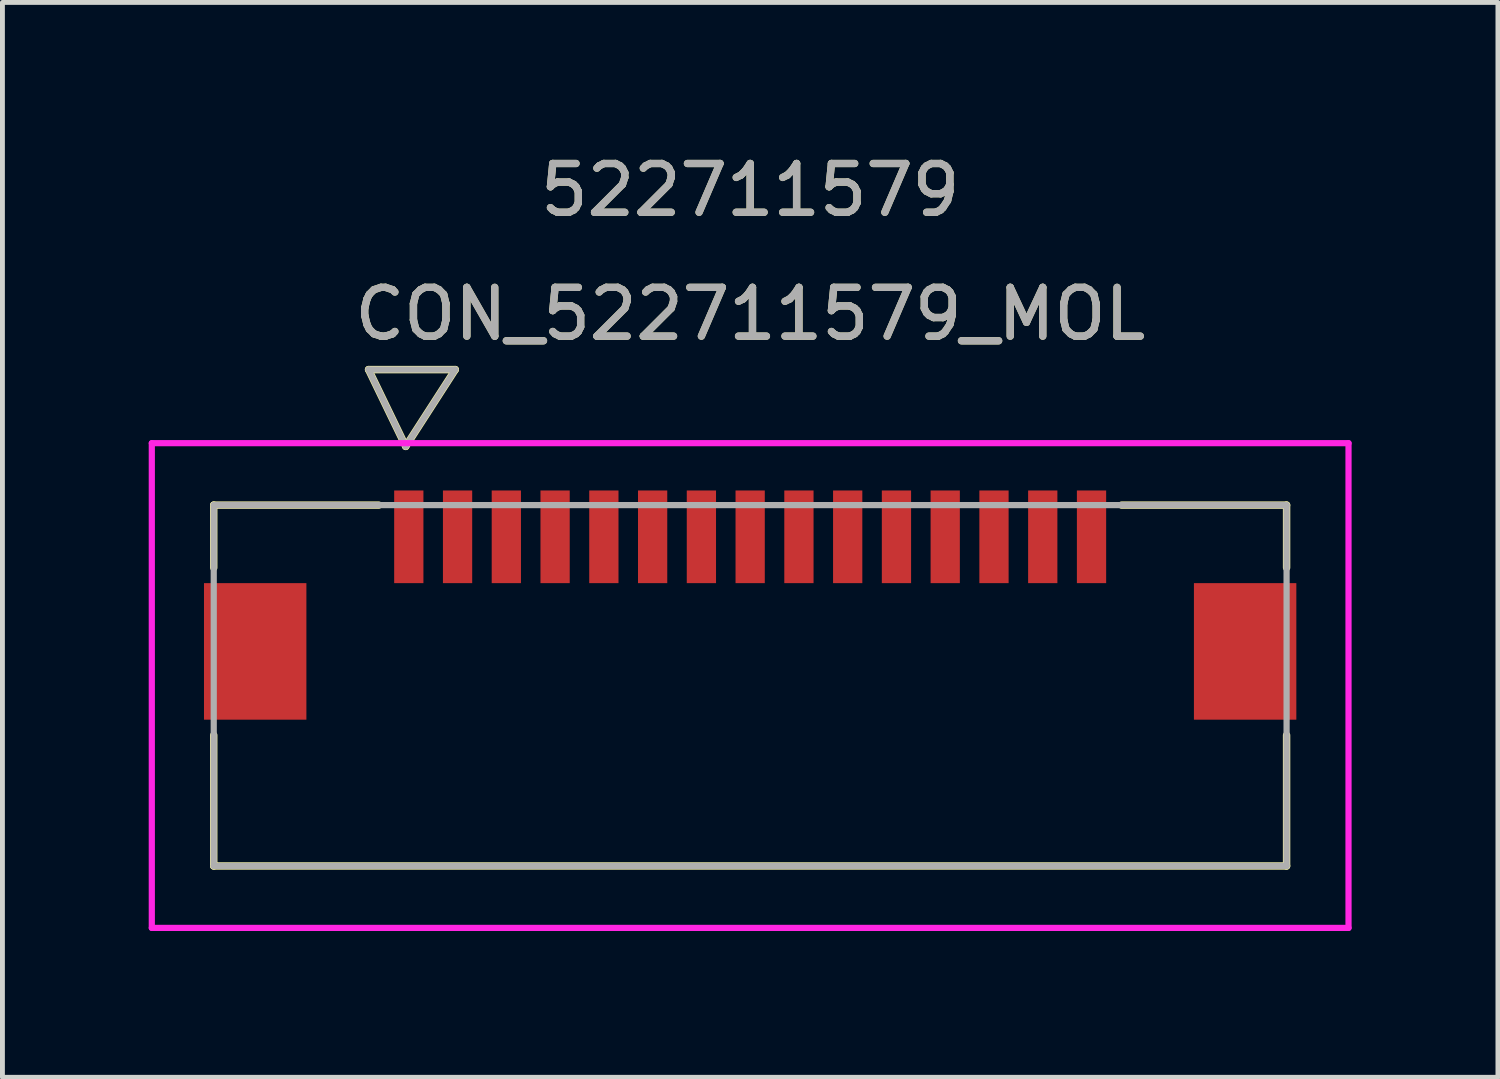
<source format=kicad_pcb>
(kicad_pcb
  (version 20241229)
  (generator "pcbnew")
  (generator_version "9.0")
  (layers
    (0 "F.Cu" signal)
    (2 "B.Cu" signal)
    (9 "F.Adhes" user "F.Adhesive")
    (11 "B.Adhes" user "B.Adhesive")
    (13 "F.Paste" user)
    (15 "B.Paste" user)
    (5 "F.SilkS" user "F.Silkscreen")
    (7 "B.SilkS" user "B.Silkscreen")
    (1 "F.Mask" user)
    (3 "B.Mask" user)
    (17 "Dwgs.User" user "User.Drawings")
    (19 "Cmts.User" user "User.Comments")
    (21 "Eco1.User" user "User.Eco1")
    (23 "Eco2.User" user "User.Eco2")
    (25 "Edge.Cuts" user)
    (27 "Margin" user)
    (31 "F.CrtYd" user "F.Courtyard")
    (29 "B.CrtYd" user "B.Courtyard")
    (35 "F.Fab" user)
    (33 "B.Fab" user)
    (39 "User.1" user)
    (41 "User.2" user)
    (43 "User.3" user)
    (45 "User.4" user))
  (footprint "CON_522711579_MOL"
    (layer "F.Cu")
    (at 12.333 11.008)
    (property "Reference" "CON_522711579_MOL" (at 0 -7.62 0) (unlocked yes) (layer "F.SilkS") (effects (font (size 1 1) (thickness 0.15))))
    (attr smd)
    (fp_line (start -11 -3.7) (end -11 -2.417) (stroke (width 0.152) (type solid)) (layer "F.SilkS"))
    (fp_line (start -11 1.018) (end -11 3.7) (stroke (width 0.152) (type solid)) (layer "F.SilkS"))
    (fp_line (start -11 3.7) (end 11 3.7) (stroke (width 0.152) (type solid)) (layer "F.SilkS"))
    (fp_line (start -7.825 -6.479) (end -7.063 -4.904) (stroke (width 0.152) (type solid)) (layer "F.SilkS"))
    (fp_line (start -7.825 -6.479) (end -6.047 -6.479) (stroke (width 0.152) (type solid)) (layer "F.SilkS"))
    (fp_line (start -7.617 -3.7) (end -11 -3.7) (stroke (width 0.152) (type solid)) (layer "F.SilkS"))
    (fp_line (start -6.047 -6.479) (end -7.063 -4.904) (stroke (width 0.152) (type solid)) (layer "F.SilkS"))
    (fp_line (start 11 -3.7) (end 7.618 -3.7) (stroke (width 0.152) (type solid)) (layer "F.SilkS"))
    (fp_line (start 11 -2.417) (end 11 -3.7) (stroke (width 0.152) (type solid)) (layer "F.SilkS"))
    (fp_line (start 11 3.7) (end 11 1.018) (stroke (width 0.152) (type solid)) (layer "F.SilkS"))
    (fp_line (start -12.27 -4.97) (end -12.27 4.97) (stroke (width 0.127) (type solid)) (layer "F.CrtYd"))
    (fp_line (start -12.27 4.97) (end 12.27 4.97) (stroke (width 0.127) (type solid)) (layer "F.CrtYd"))
    (fp_line (start 12.27 -4.97) (end -12.27 -4.97) (stroke (width 0.127) (type solid)) (layer "F.CrtYd"))
    (fp_line (start 12.27 4.97) (end 12.27 -4.97) (stroke (width 0.127) (type solid)) (layer "F.CrtYd"))
    (fp_line (start -11 -3.7) (end -11 3.7) (stroke (width 0.127) (type solid)) (layer "F.Fab"))
    (fp_line (start -11 3.7) (end 11 3.7) (stroke (width 0.127) (type solid)) (layer "F.Fab"))
    (fp_line (start -7.825 -6.479) (end -7.063 -4.904) (stroke (width 0.127) (type solid)) (layer "F.Fab"))
    (fp_line (start -7.825 -6.479) (end -6.047 -6.479) (stroke (width 0.127) (type solid)) (layer "F.Fab"))
    (fp_line (start -6.047 -6.479) (end -7.063 -4.904) (stroke (width 0.127) (type solid)) (layer "F.Fab"))
    (fp_line (start 11 -3.7) (end -11 -3.7) (stroke (width 0.127) (type solid)) (layer "F.Fab"))
    (fp_line (start 11 3.7) (end 11 -3.7) (stroke (width 0.127) (type solid)) (layer "F.Fab"))
    (fp_text user "522711579" (at 0 -10.16 0) (unlocked yes) (layer "F.SilkS") (effects (font (size 1 1) (thickness 0.15))))
    (fp_text user "522711579" (at 0 -10.16 0) (unlocked yes) (layer "F.Fab") (effects (font (size 1 1) (thickness 0.15))))
    (fp_text user "${REFERENCE}" (at 0 -7.62 0) (unlocked yes) (layer "F.Fab") (effects (font (size 1 1) (thickness 0.15))))
    (pad "1" smd rect (at -7 -3.05) (size 0.6 1.9) (layers "F.Cu" "F.Mask" "F.Paste"))
    (pad "2" smd rect (at -6 -3.05) (size 0.6 1.9) (layers "F.Cu" "F.Mask" "F.Paste"))
    (pad "3" smd rect (at -5 -3.05) (size 0.6 1.9) (layers "F.Cu" "F.Mask" "F.Paste"))
    (pad "4" smd rect (at -4 -3.05) (size 0.6 1.9) (layers "F.Cu" "F.Mask" "F.Paste"))
    (pad "5" smd rect (at -3 -3.05) (size 0.6 1.9) (layers "F.Cu" "F.Mask" "F.Paste"))
    (pad "6" smd rect (at -2 -3.05) (size 0.6 1.9) (layers "F.Cu" "F.Mask" "F.Paste"))
    (pad "7" smd rect (at -1 -3.05) (size 0.6 1.9) (layers "F.Cu" "F.Mask" "F.Paste"))
    (pad "8" smd rect (at 0.000015 -3.05) (size 0.6 1.9) (layers "F.Cu" "F.Mask" "F.Paste"))
    (pad "9" smd rect (at 1 -3.05) (size 0.6 1.9) (layers "F.Cu" "F.Mask" "F.Paste"))
    (pad "10" smd rect (at 2 -3.05) (size 0.6 1.9) (layers "F.Cu" "F.Mask" "F.Paste"))
    (pad "11" smd rect (at 3 -3.05) (size 0.6 1.9) (layers "F.Cu" "F.Mask" "F.Paste"))
    (pad "12" smd rect (at 4 -3.05) (size 0.6 1.9) (layers "F.Cu" "F.Mask" "F.Paste"))
    (pad "13" smd rect (at 5 -3.05) (size 0.6 1.9) (layers "F.Cu" "F.Mask" "F.Paste"))
    (pad "14" smd rect (at 6 -3.05) (size 0.6 1.9) (layers "F.Cu" "F.Mask" "F.Paste"))
    (pad "15" smd rect (at 7 -3.05) (size 0.6 1.9) (layers "F.Cu" "F.Mask" "F.Paste"))
    (pad "P1" smd rect (at -10.15 -0.7) (size 2.1 2.8) (layers "F.Cu" "F.Mask" "F.Paste"))
    (pad "P2" smd rect (at 10.15 -0.7) (size 2.1 2.8) (layers "F.Cu" "F.Mask" "F.Paste")))
  (gr_rect
    (start -3 -3)
    (end 27.667 19.042)
    (stroke (width 0.1) (type default))
    (fill no)
    (layer "Edge.Cuts")))
</source>
